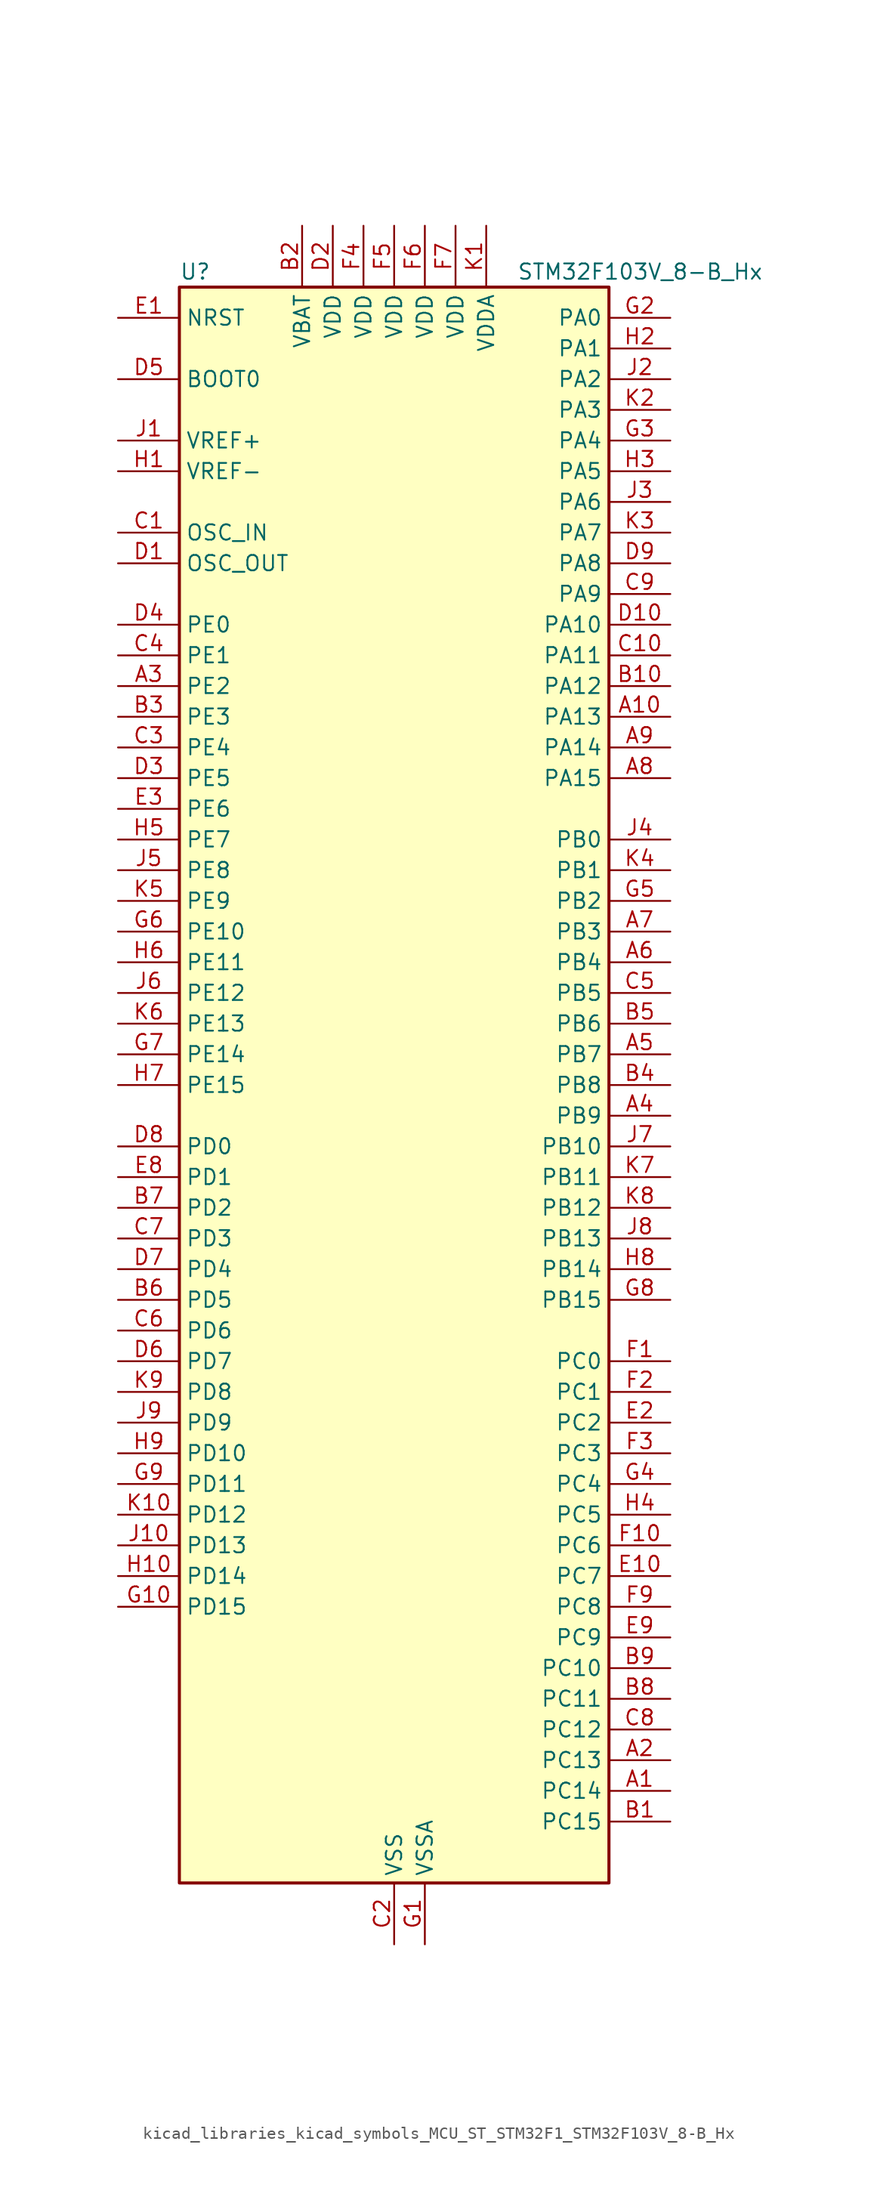
<source format=kicad_sym>
(kicad_symbol_lib
  (version 20220914)
  (generator kicad_symbol_editor)
  (symbol "kicad_libraries_kicad_symbols_MCU_ST_STM32F1_STM32F103V_8-B_Hx"
    (property "Reference" "U"
      (at -17.78 67.31 0)
      (effects (font (size 1.27 1.27)) (justify left)))
    (property "Value" "STM32F103V_8-B_Hx"
      (at 10.16 67.31 0)
      (effects (font (size 1.27 1.27)) (justify left)))
    (property "ki_locked" ""
      (at 0 0 0)
      (effects (font (size 1.27 1.27))))
    (symbol "kicad_libraries_kicad_symbols_MCU_ST_STM32F1_STM32F103V_8-B_Hx_0_1"
      (rectangle (start -17.78 -66.04) (end 17.78 66.04) (stroke (width 0.254) (type default)) (fill (type background))))
    (symbol "kicad_libraries_kicad_symbols_MCU_ST_STM32F1_STM32F103V_8-B_Hx_1_1"
      (pin bidirectional line (at 22.86 -58.42 180) (length 5.08) (name "PC14" (effects (font (size 1.27 1.27)))) (number "A1" (effects (font (size 1.27 1.27)))) (alternate "RCC_OSC32_IN" bidirectional line))
      (pin bidirectional line (at 22.86 30.48 180) (length 5.08) (name "PA13" (effects (font (size 1.27 1.27)))) (number "A10" (effects (font (size 1.27 1.27)))) (alternate "SYS_JTMS-SWDIO" bidirectional line))
      (pin bidirectional line (at 22.86 -55.88 180) (length 5.08) (name "PC13" (effects (font (size 1.27 1.27)))) (number "A2" (effects (font (size 1.27 1.27)))) (alternate "RTC_OUT" bidirectional line) (alternate "RTC_TAMPER" bidirectional line))
      (pin bidirectional line (at -22.86 33.02 0) (length 5.08) (name "PE2" (effects (font (size 1.27 1.27)))) (number "A3" (effects (font (size 1.27 1.27)))) (alternate "SYS_TRACECLK" bidirectional line))
      (pin bidirectional line (at 22.86 -2.54 180) (length 5.08) (name "PB9" (effects (font (size 1.27 1.27)))) (number "A4" (effects (font (size 1.27 1.27)))) (alternate "CAN_TX" bidirectional line) (alternate "I2C1_SDA" bidirectional line) (alternate "TIM4_CH4" bidirectional line))
      (pin bidirectional line (at 22.86 2.54 180) (length 5.08) (name "PB7" (effects (font (size 1.27 1.27)))) (number "A5" (effects (font (size 1.27 1.27)))) (alternate "I2C1_SDA" bidirectional line) (alternate "TIM4_CH2" bidirectional line) (alternate "USART1_RX" bidirectional line))
      (pin bidirectional line (at 22.86 10.16 180) (length 5.08) (name "PB4" (effects (font (size 1.27 1.27)))) (number "A6" (effects (font (size 1.27 1.27)))) (alternate "SPI1_MISO" bidirectional line) (alternate "SYS_NJTRST" bidirectional line) (alternate "TIM3_CH1" bidirectional line))
      (pin bidirectional line (at 22.86 12.7 180) (length 5.08) (name "PB3" (effects (font (size 1.27 1.27)))) (number "A7" (effects (font (size 1.27 1.27)))) (alternate "SPI1_SCK" bidirectional line) (alternate "SYS_JTDO-TRACESWO" bidirectional line) (alternate "TIM2_CH2" bidirectional line))
      (pin bidirectional line (at 22.86 25.4 180) (length 5.08) (name "PA15" (effects (font (size 1.27 1.27)))) (number "A8" (effects (font (size 1.27 1.27)))) (alternate "ADC1_EXTI15" bidirectional line) (alternate "ADC2_EXTI15" bidirectional line) (alternate "SPI1_NSS" bidirectional line) (alternate "SYS_JTDI" bidirectional line) (alternate "TIM2_CH1" bidirectional line) (alternate "TIM2_ETR" bidirectional line))
      (pin bidirectional line (at 22.86 27.94 180) (length 5.08) (name "PA14" (effects (font (size 1.27 1.27)))) (number "A9" (effects (font (size 1.27 1.27)))) (alternate "SYS_JTCK-SWCLK" bidirectional line))
      (pin bidirectional line (at 22.86 -60.96 180) (length 5.08) (name "PC15" (effects (font (size 1.27 1.27)))) (number "B1" (effects (font (size 1.27 1.27)))) (alternate "ADC1_EXTI15" bidirectional line) (alternate "ADC2_EXTI15" bidirectional line) (alternate "RCC_OSC32_OUT" bidirectional line))
      (pin bidirectional line (at 22.86 33.02 180) (length 5.08) (name "PA12" (effects (font (size 1.27 1.27)))) (number "B10" (effects (font (size 1.27 1.27)))) (alternate "CAN_TX" bidirectional line) (alternate "TIM1_ETR" bidirectional line) (alternate "USART1_RTS" bidirectional line) (alternate "USB_DP" bidirectional line))
      (pin power_in line (at -7.62 71.12 270) (length 5.08) (name "VBAT" (effects (font (size 1.27 1.27)))) (number "B2" (effects (font (size 1.27 1.27)))))
      (pin bidirectional line (at -22.86 30.48 0) (length 5.08) (name "PE3" (effects (font (size 1.27 1.27)))) (number "B3" (effects (font (size 1.27 1.27)))) (alternate "SYS_TRACED0" bidirectional line))
      (pin bidirectional line (at 22.86 0 180) (length 5.08) (name "PB8" (effects (font (size 1.27 1.27)))) (number "B4" (effects (font (size 1.27 1.27)))) (alternate "CAN_RX" bidirectional line) (alternate "I2C1_SCL" bidirectional line) (alternate "TIM4_CH3" bidirectional line))
      (pin bidirectional line (at 22.86 5.08 180) (length 5.08) (name "PB6" (effects (font (size 1.27 1.27)))) (number "B5" (effects (font (size 1.27 1.27)))) (alternate "I2C1_SCL" bidirectional line) (alternate "TIM4_CH1" bidirectional line) (alternate "USART1_TX" bidirectional line))
      (pin bidirectional line (at -22.86 -17.78 0) (length 5.08) (name "PD5" (effects (font (size 1.27 1.27)))) (number "B6" (effects (font (size 1.27 1.27)))) (alternate "USART2_TX" bidirectional line))
      (pin bidirectional line (at -22.86 -10.16 0) (length 5.08) (name "PD2" (effects (font (size 1.27 1.27)))) (number "B7" (effects (font (size 1.27 1.27)))) (alternate "TIM3_ETR" bidirectional line))
      (pin bidirectional line (at 22.86 -50.8 180) (length 5.08) (name "PC11" (effects (font (size 1.27 1.27)))) (number "B8" (effects (font (size 1.27 1.27)))) (alternate "ADC1_EXTI11" bidirectional line) (alternate "ADC2_EXTI11" bidirectional line) (alternate "USART3_RX" bidirectional line))
      (pin bidirectional line (at 22.86 -48.26 180) (length 5.08) (name "PC10" (effects (font (size 1.27 1.27)))) (number "B9" (effects (font (size 1.27 1.27)))) (alternate "USART3_TX" bidirectional line))
      (pin input line (at -22.86 45.72 0) (length 5.08) (name "OSC_IN" (effects (font (size 1.27 1.27)))) (number "C1" (effects (font (size 1.27 1.27)))) (alternate "RCC_OSC_IN" bidirectional line))
      (pin bidirectional line (at 22.86 35.56 180) (length 5.08) (name "PA11" (effects (font (size 1.27 1.27)))) (number "C10" (effects (font (size 1.27 1.27)))) (alternate "ADC1_EXTI11" bidirectional line) (alternate "ADC2_EXTI11" bidirectional line) (alternate "CAN_RX" bidirectional line) (alternate "TIM1_CH4" bidirectional line) (alternate "USART1_CTS" bidirectional line) (alternate "USB_DM" bidirectional line))
      (pin power_in line (at 0 -71.12 90) (length 5.08) (name "VSS" (effects (font (size 1.27 1.27)))) (number "C2" (effects (font (size 1.27 1.27)))))
      (pin bidirectional line (at -22.86 27.94 0) (length 5.08) (name "PE4" (effects (font (size 1.27 1.27)))) (number "C3" (effects (font (size 1.27 1.27)))) (alternate "SYS_TRACED1" bidirectional line))
      (pin bidirectional line (at -22.86 35.56 0) (length 5.08) (name "PE1" (effects (font (size 1.27 1.27)))) (number "C4" (effects (font (size 1.27 1.27)))))
      (pin bidirectional line (at 22.86 7.62 180) (length 5.08) (name "PB5" (effects (font (size 1.27 1.27)))) (number "C5" (effects (font (size 1.27 1.27)))) (alternate "I2C1_SMBA" bidirectional line) (alternate "SPI1_MOSI" bidirectional line) (alternate "TIM3_CH2" bidirectional line))
      (pin bidirectional line (at -22.86 -20.32 0) (length 5.08) (name "PD6" (effects (font (size 1.27 1.27)))) (number "C6" (effects (font (size 1.27 1.27)))) (alternate "USART2_RX" bidirectional line))
      (pin bidirectional line (at -22.86 -12.7 0) (length 5.08) (name "PD3" (effects (font (size 1.27 1.27)))) (number "C7" (effects (font (size 1.27 1.27)))) (alternate "USART2_CTS" bidirectional line))
      (pin bidirectional line (at 22.86 -53.34 180) (length 5.08) (name "PC12" (effects (font (size 1.27 1.27)))) (number "C8" (effects (font (size 1.27 1.27)))) (alternate "USART3_CK" bidirectional line))
      (pin bidirectional line (at 22.86 40.64 180) (length 5.08) (name "PA9" (effects (font (size 1.27 1.27)))) (number "C9" (effects (font (size 1.27 1.27)))) (alternate "TIM1_CH2" bidirectional line) (alternate "USART1_TX" bidirectional line))
      (pin input line (at -22.86 43.18 0) (length 5.08) (name "OSC_OUT" (effects (font (size 1.27 1.27)))) (number "D1" (effects (font (size 1.27 1.27)))) (alternate "RCC_OSC_OUT" bidirectional line))
      (pin bidirectional line (at 22.86 38.1 180) (length 5.08) (name "PA10" (effects (font (size 1.27 1.27)))) (number "D10" (effects (font (size 1.27 1.27)))) (alternate "TIM1_CH3" bidirectional line) (alternate "USART1_RX" bidirectional line))
      (pin power_in line (at -5.08 71.12 270) (length 5.08) (name "VDD" (effects (font (size 1.27 1.27)))) (number "D2" (effects (font (size 1.27 1.27)))))
      (pin bidirectional line (at -22.86 25.4 0) (length 5.08) (name "PE5" (effects (font (size 1.27 1.27)))) (number "D3" (effects (font (size 1.27 1.27)))) (alternate "SYS_TRACED2" bidirectional line))
      (pin bidirectional line (at -22.86 38.1 0) (length 5.08) (name "PE0" (effects (font (size 1.27 1.27)))) (number "D4" (effects (font (size 1.27 1.27)))) (alternate "TIM4_ETR" bidirectional line))
      (pin input line (at -22.86 58.42 0) (length 5.08) (name "BOOT0" (effects (font (size 1.27 1.27)))) (number "D5" (effects (font (size 1.27 1.27)))))
      (pin bidirectional line (at -22.86 -22.86 0) (length 5.08) (name "PD7" (effects (font (size 1.27 1.27)))) (number "D6" (effects (font (size 1.27 1.27)))) (alternate "USART2_CK" bidirectional line))
      (pin bidirectional line (at -22.86 -15.24 0) (length 5.08) (name "PD4" (effects (font (size 1.27 1.27)))) (number "D7" (effects (font (size 1.27 1.27)))) (alternate "USART2_RTS" bidirectional line))
      (pin bidirectional line (at -22.86 -5.08 0) (length 5.08) (name "PD0" (effects (font (size 1.27 1.27)))) (number "D8" (effects (font (size 1.27 1.27)))) (alternate "CAN_RX" bidirectional line))
      (pin bidirectional line (at 22.86 43.18 180) (length 5.08) (name "PA8" (effects (font (size 1.27 1.27)))) (number "D9" (effects (font (size 1.27 1.27)))) (alternate "RCC_MCO" bidirectional line) (alternate "TIM1_CH1" bidirectional line) (alternate "USART1_CK" bidirectional line))
      (pin input line (at -22.86 63.5 0) (length 5.08) (name "NRST" (effects (font (size 1.27 1.27)))) (number "E1" (effects (font (size 1.27 1.27)))))
      (pin bidirectional line (at 22.86 -40.64 180) (length 5.08) (name "PC7" (effects (font (size 1.27 1.27)))) (number "E10" (effects (font (size 1.27 1.27)))) (alternate "TIM3_CH2" bidirectional line))
      (pin bidirectional line (at 22.86 -27.94 180) (length 5.08) (name "PC2" (effects (font (size 1.27 1.27)))) (number "E2" (effects (font (size 1.27 1.27)))) (alternate "ADC1_IN12" bidirectional line) (alternate "ADC2_IN12" bidirectional line))
      (pin bidirectional line (at -22.86 22.86 0) (length 5.08) (name "PE6" (effects (font (size 1.27 1.27)))) (number "E3" (effects (font (size 1.27 1.27)))) (alternate "SYS_TRACED3" bidirectional line))
      (pin passive line (at 0 -71.12 90) (length 5.08) hide (name "VSS" (effects (font (size 1.27 1.27)))) (number "E4" (effects (font (size 1.27 1.27)))))
      (pin passive line (at 0 -71.12 90) (length 5.08) hide (name "VSS" (effects (font (size 1.27 1.27)))) (number "E5" (effects (font (size 1.27 1.27)))))
      (pin passive line (at 0 -71.12 90) (length 5.08) hide (name "VSS" (effects (font (size 1.27 1.27)))) (number "E6" (effects (font (size 1.27 1.27)))))
      (pin passive line (at 0 -71.12 90) (length 5.08) hide (name "VSS" (effects (font (size 1.27 1.27)))) (number "E7" (effects (font (size 1.27 1.27)))))
      (pin bidirectional line (at -22.86 -7.62 0) (length 5.08) (name "PD1" (effects (font (size 1.27 1.27)))) (number "E8" (effects (font (size 1.27 1.27)))) (alternate "CAN_TX" bidirectional line))
      (pin bidirectional line (at 22.86 -45.72 180) (length 5.08) (name "PC9" (effects (font (size 1.27 1.27)))) (number "E9" (effects (font (size 1.27 1.27)))) (alternate "TIM3_CH4" bidirectional line))
      (pin bidirectional line (at 22.86 -22.86 180) (length 5.08) (name "PC0" (effects (font (size 1.27 1.27)))) (number "F1" (effects (font (size 1.27 1.27)))) (alternate "ADC1_IN10" bidirectional line) (alternate "ADC2_IN10" bidirectional line))
      (pin bidirectional line (at 22.86 -38.1 180) (length 5.08) (name "PC6" (effects (font (size 1.27 1.27)))) (number "F10" (effects (font (size 1.27 1.27)))) (alternate "TIM3_CH1" bidirectional line))
      (pin bidirectional line (at 22.86 -25.4 180) (length 5.08) (name "PC1" (effects (font (size 1.27 1.27)))) (number "F2" (effects (font (size 1.27 1.27)))) (alternate "ADC1_IN11" bidirectional line) (alternate "ADC2_IN11" bidirectional line))
      (pin bidirectional line (at 22.86 -30.48 180) (length 5.08) (name "PC3" (effects (font (size 1.27 1.27)))) (number "F3" (effects (font (size 1.27 1.27)))) (alternate "ADC1_IN13" bidirectional line) (alternate "ADC2_IN13" bidirectional line))
      (pin power_in line (at -2.54 71.12 270) (length 5.08) (name "VDD" (effects (font (size 1.27 1.27)))) (number "F4" (effects (font (size 1.27 1.27)))))
      (pin power_in line (at 0 71.12 270) (length 5.08) (name "VDD" (effects (font (size 1.27 1.27)))) (number "F5" (effects (font (size 1.27 1.27)))))
      (pin power_in line (at 2.54 71.12 270) (length 5.08) (name "VDD" (effects (font (size 1.27 1.27)))) (number "F6" (effects (font (size 1.27 1.27)))))
      (pin power_in line (at 5.08 71.12 270) (length 5.08) (name "VDD" (effects (font (size 1.27 1.27)))) (number "F7" (effects (font (size 1.27 1.27)))))
      (pin no_connect line (at -17.78 -66.04 0) (length 5.08) hide (name "NC" (effects (font (size 1.27 1.27)))) (number "F8" (effects (font (size 1.27 1.27)))))
      (pin bidirectional line (at 22.86 -43.18 180) (length 5.08) (name "PC8" (effects (font (size 1.27 1.27)))) (number "F9" (effects (font (size 1.27 1.27)))) (alternate "TIM3_CH3" bidirectional line))
      (pin power_in line (at 2.54 -71.12 90) (length 5.08) (name "VSSA" (effects (font (size 1.27 1.27)))) (number "G1" (effects (font (size 1.27 1.27)))))
      (pin bidirectional line (at -22.86 -43.18 0) (length 5.08) (name "PD15" (effects (font (size 1.27 1.27)))) (number "G10" (effects (font (size 1.27 1.27)))) (alternate "ADC1_EXTI15" bidirectional line) (alternate "ADC2_EXTI15" bidirectional line) (alternate "TIM4_CH4" bidirectional line))
      (pin bidirectional line (at 22.86 63.5 180) (length 5.08) (name "PA0" (effects (font (size 1.27 1.27)))) (number "G2" (effects (font (size 1.27 1.27)))) (alternate "ADC1_IN0" bidirectional line) (alternate "ADC2_IN0" bidirectional line) (alternate "SYS_WKUP" bidirectional line) (alternate "TIM2_CH1" bidirectional line) (alternate "TIM2_ETR" bidirectional line) (alternate "USART2_CTS" bidirectional line))
      (pin bidirectional line (at 22.86 53.34 180) (length 5.08) (name "PA4" (effects (font (size 1.27 1.27)))) (number "G3" (effects (font (size 1.27 1.27)))) (alternate "ADC1_IN4" bidirectional line) (alternate "ADC2_IN4" bidirectional line) (alternate "SPI1_NSS" bidirectional line) (alternate "USART2_CK" bidirectional line))
      (pin bidirectional line (at 22.86 -33.02 180) (length 5.08) (name "PC4" (effects (font (size 1.27 1.27)))) (number "G4" (effects (font (size 1.27 1.27)))) (alternate "ADC1_IN14" bidirectional line) (alternate "ADC2_IN14" bidirectional line))
      (pin bidirectional line (at 22.86 15.24 180) (length 5.08) (name "PB2" (effects (font (size 1.27 1.27)))) (number "G5" (effects (font (size 1.27 1.27)))))
      (pin bidirectional line (at -22.86 12.7 0) (length 5.08) (name "PE10" (effects (font (size 1.27 1.27)))) (number "G6" (effects (font (size 1.27 1.27)))) (alternate "TIM1_CH2N" bidirectional line))
      (pin bidirectional line (at -22.86 2.54 0) (length 5.08) (name "PE14" (effects (font (size 1.27 1.27)))) (number "G7" (effects (font (size 1.27 1.27)))) (alternate "TIM1_CH4" bidirectional line))
      (pin bidirectional line (at 22.86 -17.78 180) (length 5.08) (name "PB15" (effects (font (size 1.27 1.27)))) (number "G8" (effects (font (size 1.27 1.27)))) (alternate "ADC1_EXTI15" bidirectional line) (alternate "ADC2_EXTI15" bidirectional line) (alternate "SPI2_MOSI" bidirectional line) (alternate "TIM1_CH3N" bidirectional line))
      (pin bidirectional line (at -22.86 -33.02 0) (length 5.08) (name "PD11" (effects (font (size 1.27 1.27)))) (number "G9" (effects (font (size 1.27 1.27)))) (alternate "ADC1_EXTI11" bidirectional line) (alternate "ADC2_EXTI11" bidirectional line) (alternate "USART3_CTS" bidirectional line))
      (pin input line (at -22.86 50.8 0) (length 5.08) (name "VREF-" (effects (font (size 1.27 1.27)))) (number "H1" (effects (font (size 1.27 1.27)))))
      (pin bidirectional line (at -22.86 -40.64 0) (length 5.08) (name "PD14" (effects (font (size 1.27 1.27)))) (number "H10" (effects (font (size 1.27 1.27)))) (alternate "TIM4_CH3" bidirectional line))
      (pin bidirectional line (at 22.86 60.96 180) (length 5.08) (name "PA1" (effects (font (size 1.27 1.27)))) (number "H2" (effects (font (size 1.27 1.27)))) (alternate "ADC1_IN1" bidirectional line) (alternate "ADC2_IN1" bidirectional line) (alternate "TIM2_CH2" bidirectional line) (alternate "USART2_RTS" bidirectional line))
      (pin bidirectional line (at 22.86 50.8 180) (length 5.08) (name "PA5" (effects (font (size 1.27 1.27)))) (number "H3" (effects (font (size 1.27 1.27)))) (alternate "ADC1_IN5" bidirectional line) (alternate "ADC2_IN5" bidirectional line) (alternate "SPI1_SCK" bidirectional line))
      (pin bidirectional line (at 22.86 -35.56 180) (length 5.08) (name "PC5" (effects (font (size 1.27 1.27)))) (number "H4" (effects (font (size 1.27 1.27)))) (alternate "ADC1_IN15" bidirectional line) (alternate "ADC2_IN15" bidirectional line))
      (pin bidirectional line (at -22.86 20.32 0) (length 5.08) (name "PE7" (effects (font (size 1.27 1.27)))) (number "H5" (effects (font (size 1.27 1.27)))) (alternate "TIM1_ETR" bidirectional line))
      (pin bidirectional line (at -22.86 10.16 0) (length 5.08) (name "PE11" (effects (font (size 1.27 1.27)))) (number "H6" (effects (font (size 1.27 1.27)))) (alternate "ADC1_EXTI11" bidirectional line) (alternate "ADC2_EXTI11" bidirectional line) (alternate "TIM1_CH2" bidirectional line))
      (pin bidirectional line (at -22.86 0 0) (length 5.08) (name "PE15" (effects (font (size 1.27 1.27)))) (number "H7" (effects (font (size 1.27 1.27)))) (alternate "ADC1_EXTI15" bidirectional line) (alternate "ADC2_EXTI15" bidirectional line) (alternate "TIM1_BKIN" bidirectional line))
      (pin bidirectional line (at 22.86 -15.24 180) (length 5.08) (name "PB14" (effects (font (size 1.27 1.27)))) (number "H8" (effects (font (size 1.27 1.27)))) (alternate "SPI2_MISO" bidirectional line) (alternate "TIM1_CH2N" bidirectional line) (alternate "USART3_RTS" bidirectional line))
      (pin bidirectional line (at -22.86 -30.48 0) (length 5.08) (name "PD10" (effects (font (size 1.27 1.27)))) (number "H9" (effects (font (size 1.27 1.27)))) (alternate "USART3_CK" bidirectional line))
      (pin input line (at -22.86 53.34 0) (length 5.08) (name "VREF+" (effects (font (size 1.27 1.27)))) (number "J1" (effects (font (size 1.27 1.27)))))
      (pin bidirectional line (at -22.86 -38.1 0) (length 5.08) (name "PD13" (effects (font (size 1.27 1.27)))) (number "J10" (effects (font (size 1.27 1.27)))) (alternate "TIM4_CH2" bidirectional line))
      (pin bidirectional line (at 22.86 58.42 180) (length 5.08) (name "PA2" (effects (font (size 1.27 1.27)))) (number "J2" (effects (font (size 1.27 1.27)))) (alternate "ADC1_IN2" bidirectional line) (alternate "ADC2_IN2" bidirectional line) (alternate "TIM2_CH3" bidirectional line) (alternate "USART2_TX" bidirectional line))
      (pin bidirectional line (at 22.86 48.26 180) (length 5.08) (name "PA6" (effects (font (size 1.27 1.27)))) (number "J3" (effects (font (size 1.27 1.27)))) (alternate "ADC1_IN6" bidirectional line) (alternate "ADC2_IN6" bidirectional line) (alternate "SPI1_MISO" bidirectional line) (alternate "TIM1_BKIN" bidirectional line) (alternate "TIM3_CH1" bidirectional line))
      (pin bidirectional line (at 22.86 20.32 180) (length 5.08) (name "PB0" (effects (font (size 1.27 1.27)))) (number "J4" (effects (font (size 1.27 1.27)))) (alternate "ADC1_IN8" bidirectional line) (alternate "ADC2_IN8" bidirectional line) (alternate "TIM1_CH2N" bidirectional line) (alternate "TIM3_CH3" bidirectional line))
      (pin bidirectional line (at -22.86 17.78 0) (length 5.08) (name "PE8" (effects (font (size 1.27 1.27)))) (number "J5" (effects (font (size 1.27 1.27)))) (alternate "TIM1_CH1N" bidirectional line))
      (pin bidirectional line (at -22.86 7.62 0) (length 5.08) (name "PE12" (effects (font (size 1.27 1.27)))) (number "J6" (effects (font (size 1.27 1.27)))) (alternate "TIM1_CH3N" bidirectional line))
      (pin bidirectional line (at 22.86 -5.08 180) (length 5.08) (name "PB10" (effects (font (size 1.27 1.27)))) (number "J7" (effects (font (size 1.27 1.27)))) (alternate "I2C2_SCL" bidirectional line) (alternate "TIM2_CH3" bidirectional line) (alternate "USART3_TX" bidirectional line))
      (pin bidirectional line (at 22.86 -12.7 180) (length 5.08) (name "PB13" (effects (font (size 1.27 1.27)))) (number "J8" (effects (font (size 1.27 1.27)))) (alternate "SPI2_SCK" bidirectional line) (alternate "TIM1_CH1N" bidirectional line) (alternate "USART3_CTS" bidirectional line))
      (pin bidirectional line (at -22.86 -27.94 0) (length 5.08) (name "PD9" (effects (font (size 1.27 1.27)))) (number "J9" (effects (font (size 1.27 1.27)))) (alternate "USART3_RX" bidirectional line))
      (pin power_in line (at 7.62 71.12 270) (length 5.08) (name "VDDA" (effects (font (size 1.27 1.27)))) (number "K1" (effects (font (size 1.27 1.27)))))
      (pin bidirectional line (at -22.86 -35.56 0) (length 5.08) (name "PD12" (effects (font (size 1.27 1.27)))) (number "K10" (effects (font (size 1.27 1.27)))) (alternate "TIM4_CH1" bidirectional line) (alternate "USART3_RTS" bidirectional line))
      (pin bidirectional line (at 22.86 55.88 180) (length 5.08) (name "PA3" (effects (font (size 1.27 1.27)))) (number "K2" (effects (font (size 1.27 1.27)))) (alternate "ADC1_IN3" bidirectional line) (alternate "ADC2_IN3" bidirectional line) (alternate "TIM2_CH4" bidirectional line) (alternate "USART2_RX" bidirectional line))
      (pin bidirectional line (at 22.86 45.72 180) (length 5.08) (name "PA7" (effects (font (size 1.27 1.27)))) (number "K3" (effects (font (size 1.27 1.27)))) (alternate "ADC1_IN7" bidirectional line) (alternate "ADC2_IN7" bidirectional line) (alternate "SPI1_MOSI" bidirectional line) (alternate "TIM1_CH1N" bidirectional line) (alternate "TIM3_CH2" bidirectional line))
      (pin bidirectional line (at 22.86 17.78 180) (length 5.08) (name "PB1" (effects (font (size 1.27 1.27)))) (number "K4" (effects (font (size 1.27 1.27)))) (alternate "ADC1_IN9" bidirectional line) (alternate "ADC2_IN9" bidirectional line) (alternate "TIM1_CH3N" bidirectional line) (alternate "TIM3_CH4" bidirectional line))
      (pin bidirectional line (at -22.86 15.24 0) (length 5.08) (name "PE9" (effects (font (size 1.27 1.27)))) (number "K5" (effects (font (size 1.27 1.27)))) (alternate "TIM1_CH1" bidirectional line))
      (pin bidirectional line (at -22.86 5.08 0) (length 5.08) (name "PE13" (effects (font (size 1.27 1.27)))) (number "K6" (effects (font (size 1.27 1.27)))) (alternate "TIM1_CH3" bidirectional line))
      (pin bidirectional line (at 22.86 -7.62 180) (length 5.08) (name "PB11" (effects (font (size 1.27 1.27)))) (number "K7" (effects (font (size 1.27 1.27)))) (alternate "ADC1_EXTI11" bidirectional line) (alternate "ADC2_EXTI11" bidirectional line) (alternate "I2C2_SDA" bidirectional line) (alternate "TIM2_CH4" bidirectional line) (alternate "USART3_RX" bidirectional line))
      (pin bidirectional line (at 22.86 -10.16 180) (length 5.08) (name "PB12" (effects (font (size 1.27 1.27)))) (number "K8" (effects (font (size 1.27 1.27)))) (alternate "I2C2_SMBA" bidirectional line) (alternate "SPI2_NSS" bidirectional line) (alternate "TIM1_BKIN" bidirectional line) (alternate "USART3_CK" bidirectional line))
      (pin bidirectional line (at -22.86 -25.4 0) (length 5.08) (name "PD8" (effects (font (size 1.27 1.27)))) (number "K9" (effects (font (size 1.27 1.27)))) (alternate "USART3_TX" bidirectional line)))))
</source>
